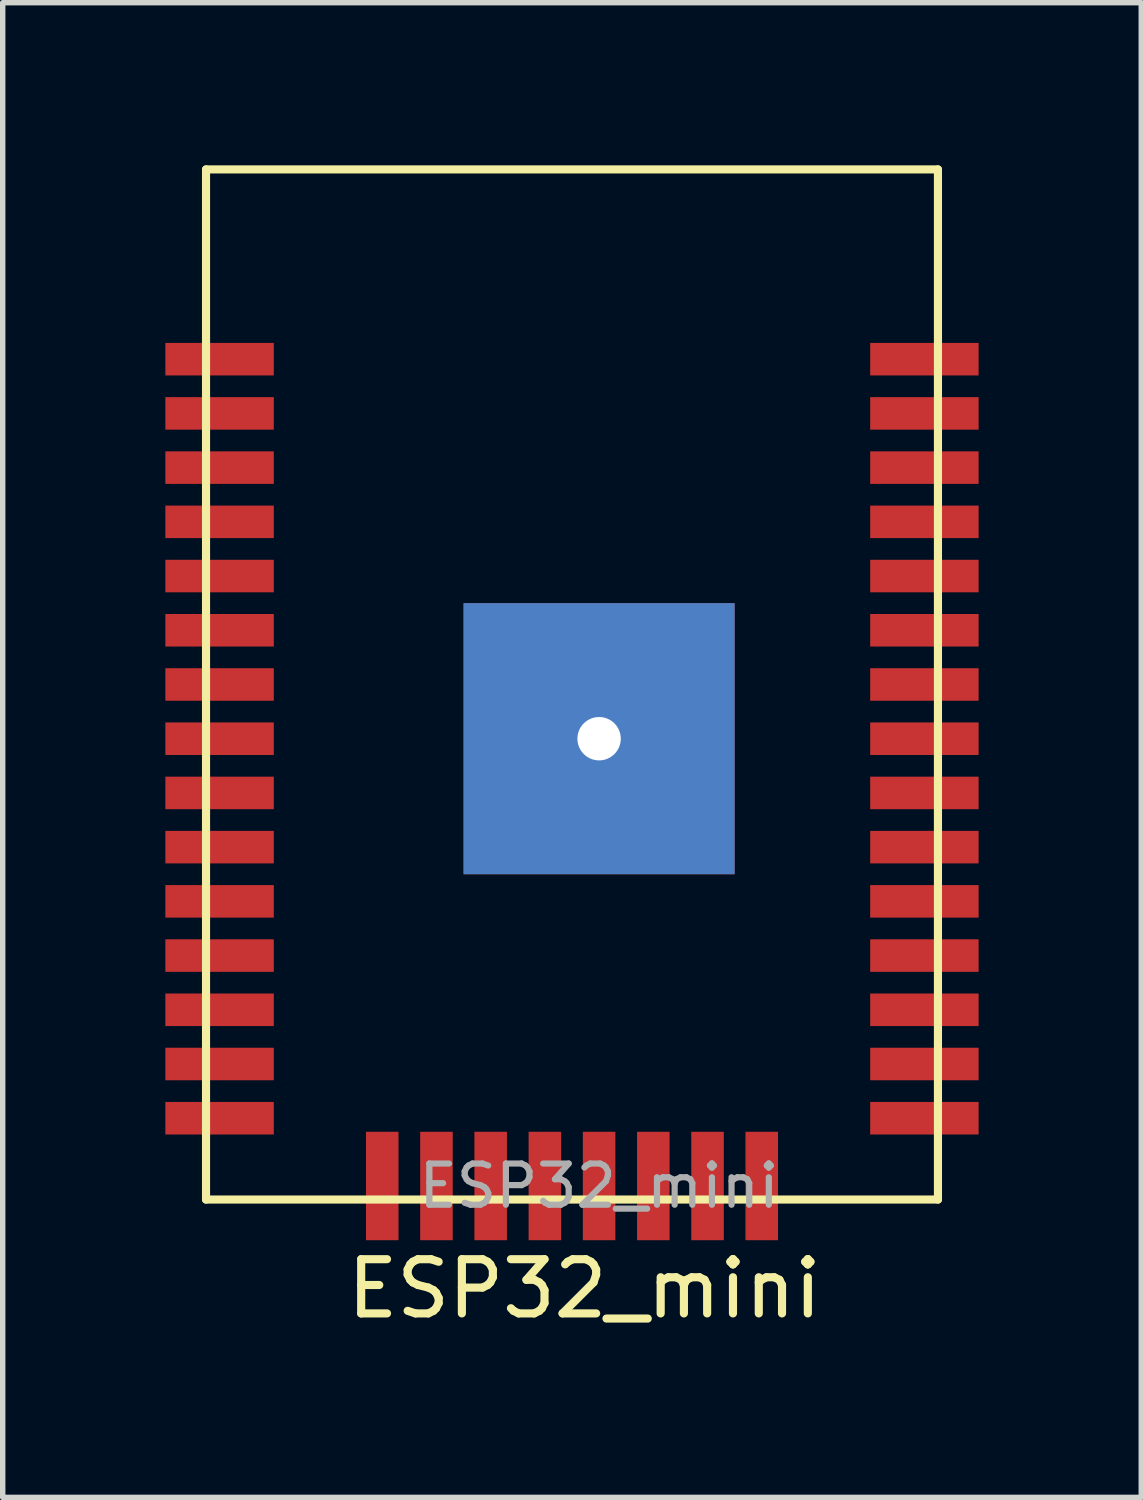
<source format=kicad_pcb>
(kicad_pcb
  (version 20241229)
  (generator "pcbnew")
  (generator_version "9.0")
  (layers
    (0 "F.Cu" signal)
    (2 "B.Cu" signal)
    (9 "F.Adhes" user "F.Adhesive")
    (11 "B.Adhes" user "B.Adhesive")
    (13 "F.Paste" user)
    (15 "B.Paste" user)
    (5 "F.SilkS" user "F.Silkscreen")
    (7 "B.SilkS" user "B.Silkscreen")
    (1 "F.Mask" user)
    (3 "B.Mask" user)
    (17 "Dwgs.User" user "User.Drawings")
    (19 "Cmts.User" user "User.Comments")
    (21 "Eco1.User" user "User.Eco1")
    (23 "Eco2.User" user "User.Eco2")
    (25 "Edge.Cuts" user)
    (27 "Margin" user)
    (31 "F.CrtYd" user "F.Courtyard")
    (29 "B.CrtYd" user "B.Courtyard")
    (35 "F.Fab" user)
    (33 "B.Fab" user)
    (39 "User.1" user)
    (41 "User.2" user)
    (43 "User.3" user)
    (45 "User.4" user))
  (footprint "ESP32_mini"
    (layer "F.Cu")
    (at 1 3.575)
    (property "Reference" "ESP32_mini" (at 6.731 17.145 0) (layer "F.SilkS") (effects (font (size 1 1) (thickness 0.15))))
    (attr through_hole)
    (fp_line (start -0.25 -3.5) (end -0.25 0) (stroke (width 0.15) (type solid)) (layer "F.SilkS"))
    (fp_line (start -0.25 0) (end -0.25 15.5) (stroke (width 0.15) (type solid)) (layer "F.SilkS"))
    (fp_line (start -0.25 15.5) (end 13.25 15.5) (stroke (width 0.15) (type solid)) (layer "F.SilkS"))
    (fp_line (start 13.25 -3.5) (end -0.25 -3.5) (stroke (width 0.15) (type solid)) (layer "F.SilkS"))
    (fp_line (start 13.25 15.5) (end 13.25 -3.5) (stroke (width 0.15) (type solid)) (layer "F.SilkS"))
    (fp_text user "${REFERENCE}" (at 7 15.25 180) (layer "F.Fab") (effects (font (size 0.76 0.76) (thickness 0.114))))
    (pad "1" smd rect (at 0 0) (size 2 0.6) (layers "F.Cu" "F.Mask" "F.Paste"))
    (pad "2" smd rect (at 0 1) (size 2 0.6) (layers "F.Cu" "F.Mask" "F.Paste"))
    (pad "3" smd rect (at 0 2) (size 2 0.6) (layers "F.Cu" "F.Mask" "F.Paste"))
    (pad "4" smd rect (at 0 3) (size 2 0.6) (layers "F.Cu" "F.Mask" "F.Paste"))
    (pad "5" smd rect (at 0 4) (size 2 0.6) (layers "F.Cu" "F.Mask" "F.Paste"))
    (pad "6" smd rect (at 0 5) (size 2 0.6) (layers "F.Cu" "F.Mask" "F.Paste"))
    (pad "7" smd rect (at 0 6) (size 2 0.6) (layers "F.Cu" "F.Mask" "F.Paste"))
    (pad "8" smd rect (at 0 7) (size 2 0.6) (layers "F.Cu" "F.Mask" "F.Paste"))
    (pad "9" smd rect (at 0 8) (size 2 0.6) (layers "F.Cu" "F.Mask" "F.Paste"))
    (pad "10" smd rect (at 0 9) (size 2 0.6) (layers "F.Cu" "F.Mask" "F.Paste"))
    (pad "11" smd rect (at 0 10) (size 2 0.6) (layers "F.Cu" "F.Mask" "F.Paste"))
    (pad "12" smd rect (at 0 11) (size 2 0.6) (layers "F.Cu" "F.Mask" "F.Paste"))
    (pad "13" smd rect (at 0 12) (size 2 0.6) (layers "F.Cu" "F.Mask" "F.Paste"))
    (pad "14" smd rect (at 0 13) (size 2 0.6) (layers "F.Cu" "F.Mask" "F.Paste"))
    (pad "15" smd rect (at 0 14) (size 2 0.6) (layers "F.Cu" "F.Mask" "F.Paste"))
    (pad "16" smd rect (at 3 15.25 90) (size 2 0.6) (layers "F.Cu" "F.Mask" "F.Paste"))
    (pad "17" smd rect (at 4 15.25 90) (size 2 0.6) (layers "F.Cu" "F.Mask" "F.Paste"))
    (pad "18" smd rect (at 5 15.25 90) (size 2 0.6) (layers "F.Cu" "F.Mask" "F.Paste"))
    (pad "19" smd rect (at 6 15.25 90) (size 2 0.6) (layers "F.Cu" "F.Mask" "F.Paste"))
    (pad "20" smd rect (at 7 15.25 90) (size 2 0.6) (layers "F.Cu" "F.Mask" "F.Paste"))
    (pad "21" smd rect (at 8 15.25 90) (size 2 0.6) (layers "F.Cu" "F.Mask" "F.Paste"))
    (pad "22" smd rect (at 9 15.25 90) (size 2 0.6) (layers "F.Cu" "F.Mask" "F.Paste"))
    (pad "23" smd rect (at 10 15.25 90) (size 2 0.6) (layers "F.Cu" "F.Mask" "F.Paste"))
    (pad "24" smd rect (at 13 14) (size 2 0.6) (layers "F.Cu" "F.Mask" "F.Paste"))
    (pad "25" smd rect (at 13 13) (size 2 0.6) (layers "F.Cu" "F.Mask" "F.Paste"))
    (pad "26" smd rect (at 13 12) (size 2 0.6) (layers "F.Cu" "F.Mask" "F.Paste"))
    (pad "27" smd rect (at 13 11) (size 2 0.6) (layers "F.Cu" "F.Mask" "F.Paste"))
    (pad "28" smd rect (at 13 10) (size 2 0.6) (layers "F.Cu" "F.Mask" "F.Paste"))
    (pad "29" smd rect (at 13 9) (size 2 0.6) (layers "F.Cu" "F.Mask" "F.Paste"))
    (pad "30" smd rect (at 13 8) (size 2 0.6) (layers "F.Cu" "F.Mask" "F.Paste"))
    (pad "31" smd rect (at 13 7) (size 2 0.6) (layers "F.Cu" "F.Mask" "F.Paste"))
    (pad "32" smd rect (at 13 6) (size 2 0.6) (layers "F.Cu" "F.Mask" "F.Paste"))
    (pad "33" smd rect (at 13 5) (size 2 0.6) (layers "F.Cu" "F.Mask" "F.Paste"))
    (pad "34" smd rect (at 13 4) (size 2 0.6) (layers "F.Cu" "F.Mask" "F.Paste"))
    (pad "35" smd rect (at 13 3) (size 2 0.6) (layers "F.Cu" "F.Mask" "F.Paste"))
    (pad "36" smd rect (at 13 2) (size 2 0.6) (layers "F.Cu" "F.Mask" "F.Paste"))
    (pad "37" smd rect (at 13 1) (size 2 0.6) (layers "F.Cu" "F.Mask" "F.Paste"))
    (pad "38" smd rect (at 13 0) (size 2 0.6) (layers "F.Cu" "F.Mask" "F.Paste"))
    (pad "39" thru_hole rect (at 7 7) (size 5 5) (drill 0.8) (layers "*.Cu" "*.Mask")))
  (gr_rect
    (start -3 -3)
    (end 18 24.568)
    (stroke (width 0.1) (type default))
    (fill no)
    (layer "Edge.Cuts")))
</source>
